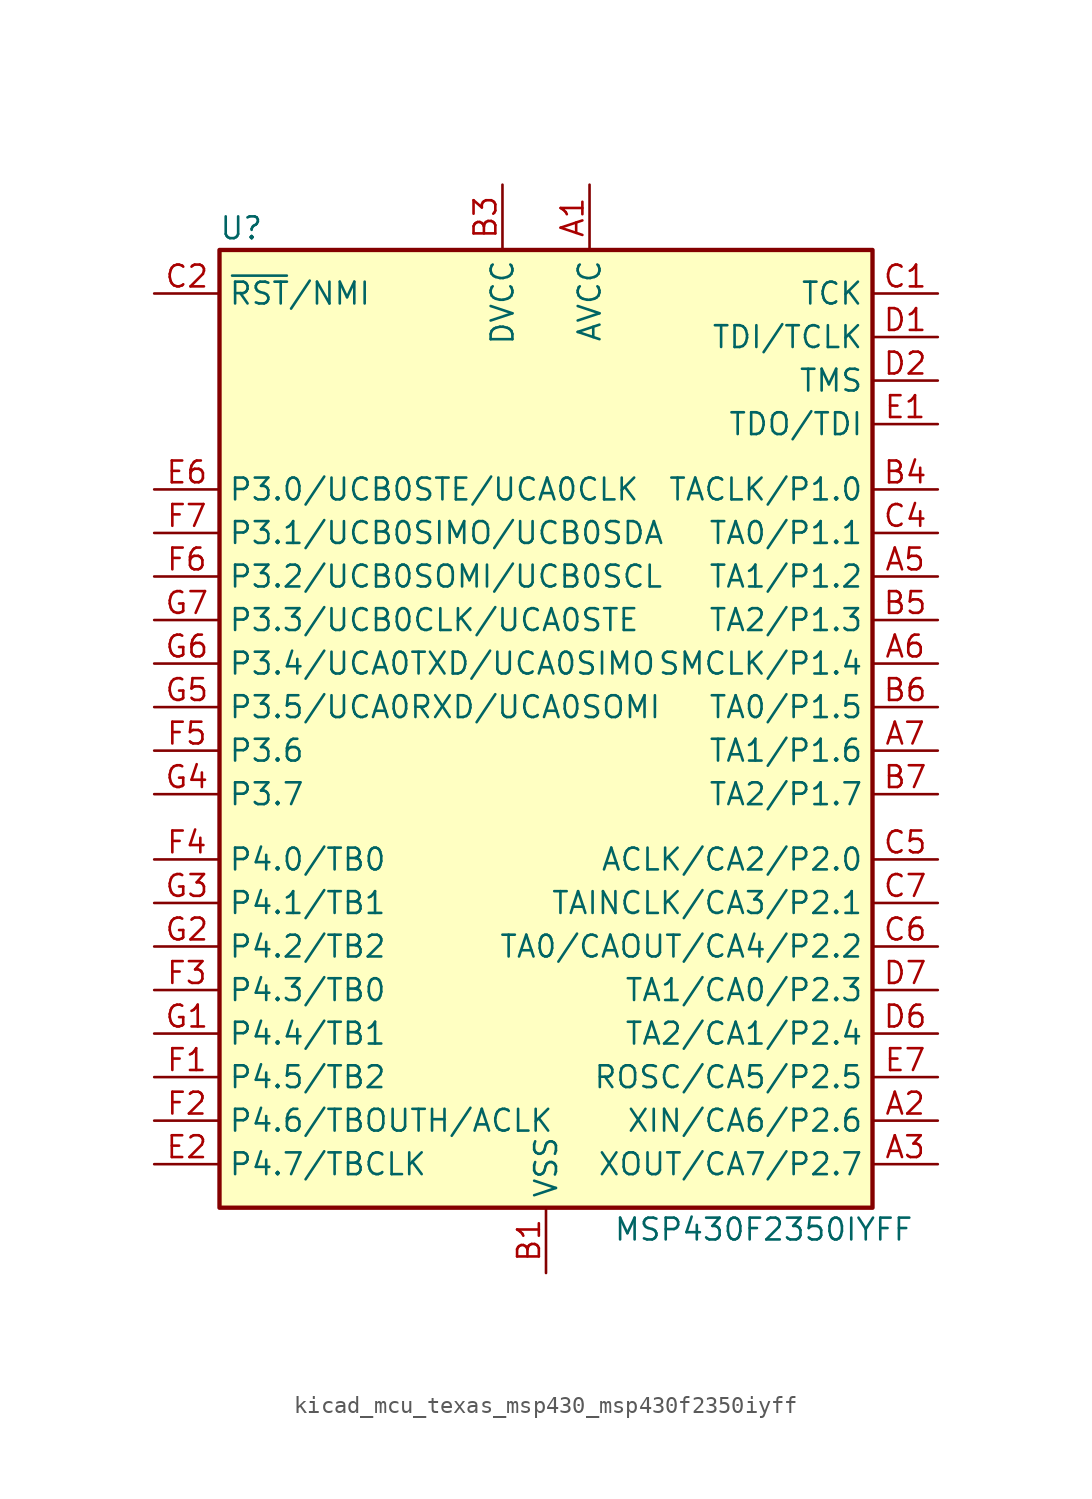
<source format=kicad_sym>
(kicad_symbol_lib
  (version 20220914)
  (generator kicad_symbol_editor)
  (symbol "kicad_mcu_texas_msp430_msp430f2350iyff"
    (property "Reference" "U"
      (at -17.78 29.21 0)
      (effects (font (size 1.27 1.27))))
    (property "Value" "MSP430F2350IYFF"
      (at 12.7 -29.21 0)
      (effects (font (size 1.27 1.27))))
    (symbol "kicad_mcu_texas_msp430_msp430f2350iyff_0_1"
      (rectangle (start -19.05 27.94) (end 19.05 -27.94) (stroke (width 0.254) (type default)) (fill (type background))))
    (symbol "kicad_mcu_texas_msp430_msp430f2350iyff_1_1"
      (pin power_in line (at 2.54 31.75 270) (length 3.81) (name "AVCC" (effects (font (size 1.27 1.27)))) (number "A1" (effects (font (size 1.27 1.27)))))
      (pin bidirectional line (at 22.86 -22.86 180) (length 3.81) (name "XIN/CA6/P2.6" (effects (font (size 1.27 1.27)))) (number "A2" (effects (font (size 1.27 1.27)))))
      (pin bidirectional line (at 22.86 -25.4 180) (length 3.81) (name "XOUT/CA7/P2.7" (effects (font (size 1.27 1.27)))) (number "A3" (effects (font (size 1.27 1.27)))))
      (pin bidirectional line (at 22.86 8.89 180) (length 3.81) (name "TA1/P1.2" (effects (font (size 1.27 1.27)))) (number "A5" (effects (font (size 1.27 1.27)))))
      (pin bidirectional line (at 22.86 3.81 180) (length 3.81) (name "SMCLK/P1.4" (effects (font (size 1.27 1.27)))) (number "A6" (effects (font (size 1.27 1.27)))))
      (pin bidirectional line (at 22.86 -1.27 180) (length 3.81) (name "TA1/P1.6" (effects (font (size 1.27 1.27)))) (number "A7" (effects (font (size 1.27 1.27)))))
      (pin power_in line (at 0 -31.75 90) (length 3.81) (name "VSS" (effects (font (size 1.27 1.27)))) (number "B1" (effects (font (size 1.27 1.27)))))
      (pin power_in line (at -2.54 31.75 270) (length 3.81) (name "DVCC" (effects (font (size 1.27 1.27)))) (number "B3" (effects (font (size 1.27 1.27)))))
      (pin bidirectional line (at 22.86 13.97 180) (length 3.81) (name "TACLK/P1.0" (effects (font (size 1.27 1.27)))) (number "B4" (effects (font (size 1.27 1.27)))))
      (pin bidirectional line (at 22.86 6.35 180) (length 3.81) (name "TA2/P1.3" (effects (font (size 1.27 1.27)))) (number "B5" (effects (font (size 1.27 1.27)))))
      (pin bidirectional line (at 22.86 1.27 180) (length 3.81) (name "TA0/P1.5" (effects (font (size 1.27 1.27)))) (number "B6" (effects (font (size 1.27 1.27)))))
      (pin bidirectional line (at 22.86 -3.81 180) (length 3.81) (name "TA2/P1.7" (effects (font (size 1.27 1.27)))) (number "B7" (effects (font (size 1.27 1.27)))))
      (pin input line (at 22.86 25.4 180) (length 3.81) (name "TCK" (effects (font (size 1.27 1.27)))) (number "C1" (effects (font (size 1.27 1.27)))))
      (pin input line (at -22.86 25.4 0) (length 3.81) (name "~{RST}/NMI" (effects (font (size 1.27 1.27)))) (number "C2" (effects (font (size 1.27 1.27)))))
      (pin bidirectional line (at 22.86 11.43 180) (length 3.81) (name "TA0/P1.1" (effects (font (size 1.27 1.27)))) (number "C4" (effects (font (size 1.27 1.27)))))
      (pin bidirectional line (at 22.86 -7.62 180) (length 3.81) (name "ACLK/CA2/P2.0" (effects (font (size 1.27 1.27)))) (number "C5" (effects (font (size 1.27 1.27)))))
      (pin bidirectional line (at 22.86 -12.7 180) (length 3.81) (name "TA0/CAOUT/CA4/P2.2" (effects (font (size 1.27 1.27)))) (number "C6" (effects (font (size 1.27 1.27)))))
      (pin bidirectional line (at 22.86 -10.16 180) (length 3.81) (name "TAINCLK/CA3/P2.1" (effects (font (size 1.27 1.27)))) (number "C7" (effects (font (size 1.27 1.27)))))
      (pin input line (at 22.86 22.86 180) (length 3.81) (name "TDI/TCLK" (effects (font (size 1.27 1.27)))) (number "D1" (effects (font (size 1.27 1.27)))))
      (pin input line (at 22.86 20.32 180) (length 3.81) (name "TMS" (effects (font (size 1.27 1.27)))) (number "D2" (effects (font (size 1.27 1.27)))))
      (pin bidirectional line (at 22.86 -17.78 180) (length 3.81) (name "TA2/CA1/P2.4" (effects (font (size 1.27 1.27)))) (number "D6" (effects (font (size 1.27 1.27)))))
      (pin bidirectional line (at 22.86 -15.24 180) (length 3.81) (name "TA1/CA0/P2.3" (effects (font (size 1.27 1.27)))) (number "D7" (effects (font (size 1.27 1.27)))))
      (pin bidirectional line (at 22.86 17.78 180) (length 3.81) (name "TDO/TDI" (effects (font (size 1.27 1.27)))) (number "E1" (effects (font (size 1.27 1.27)))))
      (pin bidirectional line (at -22.86 -25.4 0) (length 3.81) (name "P4.7/TBCLK" (effects (font (size 1.27 1.27)))) (number "E2" (effects (font (size 1.27 1.27)))))
      (pin bidirectional line (at -22.86 13.97 0) (length 3.81) (name "P3.0/UCB0STE/UCA0CLK" (effects (font (size 1.27 1.27)))) (number "E6" (effects (font (size 1.27 1.27)))))
      (pin bidirectional line (at 22.86 -20.32 180) (length 3.81) (name "ROSC/CA5/P2.5" (effects (font (size 1.27 1.27)))) (number "E7" (effects (font (size 1.27 1.27)))))
      (pin bidirectional line (at -22.86 -20.32 0) (length 3.81) (name "P4.5/TB2" (effects (font (size 1.27 1.27)))) (number "F1" (effects (font (size 1.27 1.27)))))
      (pin bidirectional line (at -22.86 -22.86 0) (length 3.81) (name "P4.6/TBOUTH/ACLK" (effects (font (size 1.27 1.27)))) (number "F2" (effects (font (size 1.27 1.27)))))
      (pin bidirectional line (at -22.86 -15.24 0) (length 3.81) (name "P4.3/TB0" (effects (font (size 1.27 1.27)))) (number "F3" (effects (font (size 1.27 1.27)))))
      (pin bidirectional line (at -22.86 -7.62 0) (length 3.81) (name "P4.0/TB0" (effects (font (size 1.27 1.27)))) (number "F4" (effects (font (size 1.27 1.27)))))
      (pin bidirectional line (at -22.86 -1.27 0) (length 3.81) (name "P3.6" (effects (font (size 1.27 1.27)))) (number "F5" (effects (font (size 1.27 1.27)))))
      (pin bidirectional line (at -22.86 8.89 0) (length 3.81) (name "P3.2/UCB0SOMI/UCB0SCL" (effects (font (size 1.27 1.27)))) (number "F6" (effects (font (size 1.27 1.27)))))
      (pin bidirectional line (at -22.86 11.43 0) (length 3.81) (name "P3.1/UCB0SIMO/UCB0SDA" (effects (font (size 1.27 1.27)))) (number "F7" (effects (font (size 1.27 1.27)))))
      (pin bidirectional line (at -22.86 -17.78 0) (length 3.81) (name "P4.4/TB1" (effects (font (size 1.27 1.27)))) (number "G1" (effects (font (size 1.27 1.27)))))
      (pin bidirectional line (at -22.86 -12.7 0) (length 3.81) (name "P4.2/TB2" (effects (font (size 1.27 1.27)))) (number "G2" (effects (font (size 1.27 1.27)))))
      (pin bidirectional line (at -22.86 -10.16 0) (length 3.81) (name "P4.1/TB1" (effects (font (size 1.27 1.27)))) (number "G3" (effects (font (size 1.27 1.27)))))
      (pin bidirectional line (at -22.86 -3.81 0) (length 3.81) (name "P3.7" (effects (font (size 1.27 1.27)))) (number "G4" (effects (font (size 1.27 1.27)))))
      (pin bidirectional line (at -22.86 1.27 0) (length 3.81) (name "P3.5/UCA0RXD/UCA0SOMI" (effects (font (size 1.27 1.27)))) (number "G5" (effects (font (size 1.27 1.27)))))
      (pin bidirectional line (at -22.86 3.81 0) (length 3.81) (name "P3.4/UCA0TXD/UCA0SIMO" (effects (font (size 1.27 1.27)))) (number "G6" (effects (font (size 1.27 1.27)))))
      (pin bidirectional line (at -22.86 6.35 0) (length 3.81) (name "P3.3/UCB0CLK/UCA0STE" (effects (font (size 1.27 1.27)))) (number "G7" (effects (font (size 1.27 1.27))))))))
</source>
